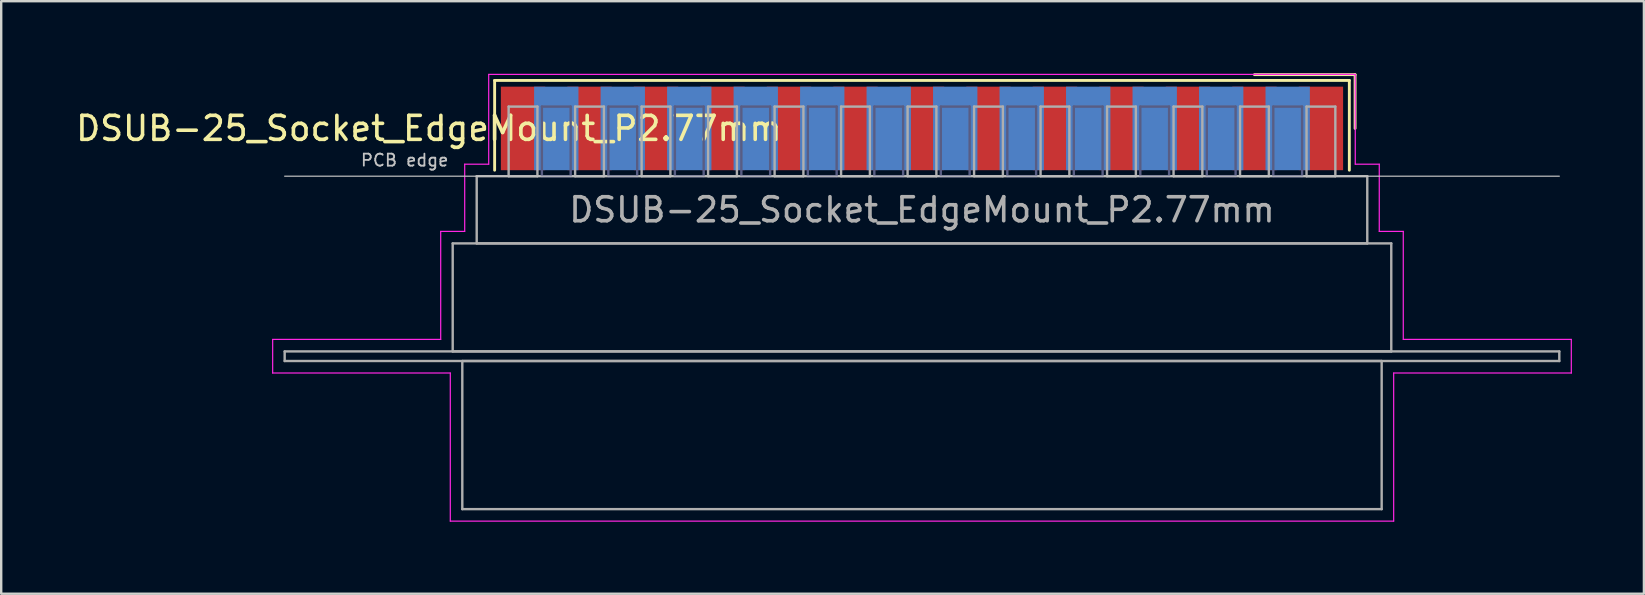
<source format=kicad_pcb>
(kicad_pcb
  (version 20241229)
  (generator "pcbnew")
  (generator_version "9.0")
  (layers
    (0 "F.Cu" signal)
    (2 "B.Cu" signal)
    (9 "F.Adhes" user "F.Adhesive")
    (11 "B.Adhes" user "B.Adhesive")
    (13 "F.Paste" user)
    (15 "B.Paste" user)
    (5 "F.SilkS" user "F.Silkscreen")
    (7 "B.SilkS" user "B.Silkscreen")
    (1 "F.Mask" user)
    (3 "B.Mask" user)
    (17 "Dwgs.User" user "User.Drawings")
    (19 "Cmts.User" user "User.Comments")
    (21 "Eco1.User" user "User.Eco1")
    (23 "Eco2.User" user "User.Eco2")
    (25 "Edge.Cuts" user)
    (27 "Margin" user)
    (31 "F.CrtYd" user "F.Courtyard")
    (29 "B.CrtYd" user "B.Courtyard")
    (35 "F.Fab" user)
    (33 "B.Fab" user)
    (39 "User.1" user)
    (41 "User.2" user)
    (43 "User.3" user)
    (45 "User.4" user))
  (footprint "DSUB-25_Socket_EdgeMount_P2.77mm"
    (layer "F.Cu")
    (at 35.359 2.3)
    (property "Reference" "DSUB-25_Socket_EdgeMount_P2.77mm" (at -20.543 0 0) (layer "F.SilkS") (effects (font (size 1 1) (thickness 0.15))))
    (attr smd)
    (fp_line (start -17.803 -2) (end -17.803 1.74) (stroke (width 0.12) (type solid)) (layer "F.SilkS"))
    (fp_line (start 17.803 -2) (end -17.803 -2) (stroke (width 0.12) (type solid)) (layer "F.SilkS"))
    (fp_line (start 17.803 1.74) (end 17.803 -2) (stroke (width 0.12) (type solid)) (layer "F.SilkS"))
    (fp_line (start 18.043 -2.24) (end 13.85 -2.24) (stroke (width 0.12) (type solid)) (layer "F.SilkS"))
    (fp_line (start 18.043 0) (end 18.043 -2.24) (stroke (width 0.12) (type solid)) (layer "F.SilkS"))
    (fp_line (start -26.55 1.99) (end 26.55 1.99) (stroke (width 0.05) (type solid)) (layer "Dwgs.User"))
    (fp_line (start -27.05 8.79) (end -20.05 8.79) (stroke (width 0.05) (type solid)) (layer "F.CrtYd"))
    (fp_line (start -27.05 10.19) (end -27.05 8.79) (stroke (width 0.05) (type solid)) (layer "F.CrtYd"))
    (fp_line (start -20.05 4.29) (end -19.05 4.29) (stroke (width 0.05) (type solid)) (layer "F.CrtYd"))
    (fp_line (start -20.05 8.79) (end -20.05 4.29) (stroke (width 0.05) (type solid)) (layer "F.CrtYd"))
    (fp_line (start -19.65 10.19) (end -27.05 10.19) (stroke (width 0.05) (type solid)) (layer "F.CrtYd"))
    (fp_line (start -19.65 16.36) (end -19.65 10.19) (stroke (width 0.05) (type solid)) (layer "F.CrtYd"))
    (fp_line (start -19.05 1.49) (end -18.05 1.49) (stroke (width 0.05) (type solid)) (layer "F.CrtYd"))
    (fp_line (start -19.05 4.29) (end -19.05 1.49) (stroke (width 0.05) (type solid)) (layer "F.CrtYd"))
    (fp_line (start -18.05 -2.25) (end 18.05 -2.25) (stroke (width 0.05) (type solid)) (layer "F.CrtYd"))
    (fp_line (start -18.05 1.49) (end -18.05 -2.25) (stroke (width 0.05) (type solid)) (layer "F.CrtYd"))
    (fp_line (start 18.05 -2.25) (end 18.05 1.49) (stroke (width 0.05) (type solid)) (layer "F.CrtYd"))
    (fp_line (start 18.05 1.49) (end 19.05 1.49) (stroke (width 0.05) (type solid)) (layer "F.CrtYd"))
    (fp_line (start 19.05 1.49) (end 19.05 4.29) (stroke (width 0.05) (type solid)) (layer "F.CrtYd"))
    (fp_line (start 19.05 4.29) (end 20.05 4.29) (stroke (width 0.05) (type solid)) (layer "F.CrtYd"))
    (fp_line (start 19.65 10.19) (end 19.65 16.36) (stroke (width 0.05) (type solid)) (layer "F.CrtYd"))
    (fp_line (start 19.65 16.36) (end -19.65 16.36) (stroke (width 0.05) (type solid)) (layer "F.CrtYd"))
    (fp_line (start 20.05 4.29) (end 20.05 8.79) (stroke (width 0.05) (type solid)) (layer "F.CrtYd"))
    (fp_line (start 20.05 8.79) (end 27.05 8.79) (stroke (width 0.05) (type solid)) (layer "F.CrtYd"))
    (fp_line (start 27.05 8.79) (end 27.05 10.19) (stroke (width 0.05) (type solid)) (layer "F.CrtYd"))
    (fp_line (start 27.05 10.19) (end 19.65 10.19) (stroke (width 0.05) (type solid)) (layer "F.CrtYd"))
    (fp_line (start -15.835 -0.91) (end -15.835 1.99) (stroke (width 0.1) (type solid)) (layer "B.Fab"))
    (fp_line (start -15.835 1.99) (end -14.635 1.99) (stroke (width 0.1) (type solid)) (layer "B.Fab"))
    (fp_line (start -14.635 -0.91) (end -15.835 -0.91) (stroke (width 0.1) (type solid)) (layer "B.Fab"))
    (fp_line (start -14.635 1.99) (end -14.635 -0.91) (stroke (width 0.1) (type solid)) (layer "B.Fab"))
    (fp_line (start -13.065 -0.91) (end -13.065 1.99) (stroke (width 0.1) (type solid)) (layer "B.Fab"))
    (fp_line (start -13.065 1.99) (end -11.865 1.99) (stroke (width 0.1) (type solid)) (layer "B.Fab"))
    (fp_line (start -11.865 -0.91) (end -13.065 -0.91) (stroke (width 0.1) (type solid)) (layer "B.Fab"))
    (fp_line (start -11.865 1.99) (end -11.865 -0.91) (stroke (width 0.1) (type solid)) (layer "B.Fab"))
    (fp_line (start -10.295 -0.91) (end -10.295 1.99) (stroke (width 0.1) (type solid)) (layer "B.Fab"))
    (fp_line (start -10.295 1.99) (end -9.095 1.99) (stroke (width 0.1) (type solid)) (layer "B.Fab"))
    (fp_line (start -9.095 -0.91) (end -10.295 -0.91) (stroke (width 0.1) (type solid)) (layer "B.Fab"))
    (fp_line (start -9.095 1.99) (end -9.095 -0.91) (stroke (width 0.1) (type solid)) (layer "B.Fab"))
    (fp_line (start -7.525 -0.91) (end -7.525 1.99) (stroke (width 0.1) (type solid)) (layer "B.Fab"))
    (fp_line (start -7.525 1.99) (end -6.325 1.99) (stroke (width 0.1) (type solid)) (layer "B.Fab"))
    (fp_line (start -6.325 -0.91) (end -7.525 -0.91) (stroke (width 0.1) (type solid)) (layer "B.Fab"))
    (fp_line (start -6.325 1.99) (end -6.325 -0.91) (stroke (width 0.1) (type solid)) (layer "B.Fab"))
    (fp_line (start -4.755 -0.91) (end -4.755 1.99) (stroke (width 0.1) (type solid)) (layer "B.Fab"))
    (fp_line (start -4.755 1.99) (end -3.555 1.99) (stroke (width 0.1) (type solid)) (layer "B.Fab"))
    (fp_line (start -3.555 -0.91) (end -4.755 -0.91) (stroke (width 0.1) (type solid)) (layer "B.Fab"))
    (fp_line (start -3.555 1.99) (end -3.555 -0.91) (stroke (width 0.1) (type solid)) (layer "B.Fab"))
    (fp_line (start -1.985 -0.91) (end -1.985 1.99) (stroke (width 0.1) (type solid)) (layer "B.Fab"))
    (fp_line (start -1.985 1.99) (end -0.785 1.99) (stroke (width 0.1) (type solid)) (layer "B.Fab"))
    (fp_line (start -0.785 -0.91) (end -1.985 -0.91) (stroke (width 0.1) (type solid)) (layer "B.Fab"))
    (fp_line (start -0.785 1.99) (end -0.785 -0.91) (stroke (width 0.1) (type solid)) (layer "B.Fab"))
    (fp_line (start 0.785 -0.91) (end 0.785 1.99) (stroke (width 0.1) (type solid)) (layer "B.Fab"))
    (fp_line (start 0.785 1.99) (end 1.985 1.99) (stroke (width 0.1) (type solid)) (layer "B.Fab"))
    (fp_line (start 1.985 -0.91) (end 0.785 -0.91) (stroke (width 0.1) (type solid)) (layer "B.Fab"))
    (fp_line (start 1.985 1.99) (end 1.985 -0.91) (stroke (width 0.1) (type solid)) (layer "B.Fab"))
    (fp_line (start 3.555 -0.91) (end 3.555 1.99) (stroke (width 0.1) (type solid)) (layer "B.Fab"))
    (fp_line (start 3.555 1.99) (end 4.755 1.99) (stroke (width 0.1) (type solid)) (layer "B.Fab"))
    (fp_line (start 4.755 -0.91) (end 3.555 -0.91) (stroke (width 0.1) (type solid)) (layer "B.Fab"))
    (fp_line (start 4.755 1.99) (end 4.755 -0.91) (stroke (width 0.1) (type solid)) (layer "B.Fab"))
    (fp_line (start 6.325 -0.91) (end 6.325 1.99) (stroke (width 0.1) (type solid)) (layer "B.Fab"))
    (fp_line (start 6.325 1.99) (end 7.525 1.99) (stroke (width 0.1) (type solid)) (layer "B.Fab"))
    (fp_line (start 7.525 -0.91) (end 6.325 -0.91) (stroke (width 0.1) (type solid)) (layer "B.Fab"))
    (fp_line (start 7.525 1.99) (end 7.525 -0.91) (stroke (width 0.1) (type solid)) (layer "B.Fab"))
    (fp_line (start 9.095 -0.91) (end 9.095 1.99) (stroke (width 0.1) (type solid)) (layer "B.Fab"))
    (fp_line (start 9.095 1.99) (end 10.295 1.99) (stroke (width 0.1) (type solid)) (layer "B.Fab"))
    (fp_line (start 10.295 -0.91) (end 9.095 -0.91) (stroke (width 0.1) (type solid)) (layer "B.Fab"))
    (fp_line (start 10.295 1.99) (end 10.295 -0.91) (stroke (width 0.1) (type solid)) (layer "B.Fab"))
    (fp_line (start 11.865 -0.91) (end 11.865 1.99) (stroke (width 0.1) (type solid)) (layer "B.Fab"))
    (fp_line (start 11.865 1.99) (end 13.065 1.99) (stroke (width 0.1) (type solid)) (layer "B.Fab"))
    (fp_line (start 13.065 -0.91) (end 11.865 -0.91) (stroke (width 0.1) (type solid)) (layer "B.Fab"))
    (fp_line (start 13.065 1.99) (end 13.065 -0.91) (stroke (width 0.1) (type solid)) (layer "B.Fab"))
    (fp_line (start 14.635 -0.91) (end 14.635 1.99) (stroke (width 0.1) (type solid)) (layer "B.Fab"))
    (fp_line (start 14.635 1.99) (end 15.835 1.99) (stroke (width 0.1) (type solid)) (layer "B.Fab"))
    (fp_line (start 15.835 -0.91) (end 14.635 -0.91) (stroke (width 0.1) (type solid)) (layer "B.Fab"))
    (fp_line (start 15.835 1.99) (end 15.835 -0.91) (stroke (width 0.1) (type solid)) (layer "B.Fab"))
    (fp_line (start -26.55 9.29) (end -26.55 9.69) (stroke (width 0.1) (type solid)) (layer "F.Fab"))
    (fp_line (start -26.55 9.69) (end 26.55 9.69) (stroke (width 0.1) (type solid)) (layer "F.Fab"))
    (fp_line (start -19.55 4.79) (end -19.55 9.29) (stroke (width 0.1) (type solid)) (layer "F.Fab"))
    (fp_line (start -19.55 9.29) (end 19.55 9.29) (stroke (width 0.1) (type solid)) (layer "F.Fab"))
    (fp_line (start -19.15 9.69) (end -19.15 15.86) (stroke (width 0.1) (type solid)) (layer "F.Fab"))
    (fp_line (start -19.15 15.86) (end 19.15 15.86) (stroke (width 0.1) (type solid)) (layer "F.Fab"))
    (fp_line (start -18.55 1.99) (end -18.55 4.79) (stroke (width 0.1) (type solid)) (layer "F.Fab"))
    (fp_line (start -18.55 4.79) (end 18.55 4.79) (stroke (width 0.1) (type solid)) (layer "F.Fab"))
    (fp_line (start -17.22 -0.91) (end -17.22 1.99) (stroke (width 0.1) (type solid)) (layer "F.Fab"))
    (fp_line (start -17.22 1.99) (end -16.02 1.99) (stroke (width 0.1) (type solid)) (layer "F.Fab"))
    (fp_line (start -16.02 -0.91) (end -17.22 -0.91) (stroke (width 0.1) (type solid)) (layer "F.Fab"))
    (fp_line (start -16.02 1.99) (end -16.02 -0.91) (stroke (width 0.1) (type solid)) (layer "F.Fab"))
    (fp_line (start -14.45 -0.91) (end -14.45 1.99) (stroke (width 0.1) (type solid)) (layer "F.Fab"))
    (fp_line (start -14.45 1.99) (end -13.25 1.99) (stroke (width 0.1) (type solid)) (layer "F.Fab"))
    (fp_line (start -13.25 -0.91) (end -14.45 -0.91) (stroke (width 0.1) (type solid)) (layer "F.Fab"))
    (fp_line (start -13.25 1.99) (end -13.25 -0.91) (stroke (width 0.1) (type solid)) (layer "F.Fab"))
    (fp_line (start -11.68 -0.91) (end -11.68 1.99) (stroke (width 0.1) (type solid)) (layer "F.Fab"))
    (fp_line (start -11.68 1.99) (end -10.48 1.99) (stroke (width 0.1) (type solid)) (layer "F.Fab"))
    (fp_line (start -10.48 -0.91) (end -11.68 -0.91) (stroke (width 0.1) (type solid)) (layer "F.Fab"))
    (fp_line (start -10.48 1.99) (end -10.48 -0.91) (stroke (width 0.1) (type solid)) (layer "F.Fab"))
    (fp_line (start -8.91 -0.91) (end -8.91 1.99) (stroke (width 0.1) (type solid)) (layer "F.Fab"))
    (fp_line (start -8.91 1.99) (end -7.71 1.99) (stroke (width 0.1) (type solid)) (layer "F.Fab"))
    (fp_line (start -7.71 -0.91) (end -8.91 -0.91) (stroke (width 0.1) (type solid)) (layer "F.Fab"))
    (fp_line (start -7.71 1.99) (end -7.71 -0.91) (stroke (width 0.1) (type solid)) (layer "F.Fab"))
    (fp_line (start -6.14 -0.91) (end -6.14 1.99) (stroke (width 0.1) (type solid)) (layer "F.Fab"))
    (fp_line (start -6.14 1.99) (end -4.94 1.99) (stroke (width 0.1) (type solid)) (layer "F.Fab"))
    (fp_line (start -4.94 -0.91) (end -6.14 -0.91) (stroke (width 0.1) (type solid)) (layer "F.Fab"))
    (fp_line (start -4.94 1.99) (end -4.94 -0.91) (stroke (width 0.1) (type solid)) (layer "F.Fab"))
    (fp_line (start -3.37 -0.91) (end -3.37 1.99) (stroke (width 0.1) (type solid)) (layer "F.Fab"))
    (fp_line (start -3.37 1.99) (end -2.17 1.99) (stroke (width 0.1) (type solid)) (layer "F.Fab"))
    (fp_line (start -2.17 -0.91) (end -3.37 -0.91) (stroke (width 0.1) (type solid)) (layer "F.Fab"))
    (fp_line (start -2.17 1.99) (end -2.17 -0.91) (stroke (width 0.1) (type solid)) (layer "F.Fab"))
    (fp_line (start -0.6 -0.91) (end -0.6 1.99) (stroke (width 0.1) (type solid)) (layer "F.Fab"))
    (fp_line (start -0.6 1.99) (end 0.6 1.99) (stroke (width 0.1) (type solid)) (layer "F.Fab"))
    (fp_line (start 0.6 -0.91) (end -0.6 -0.91) (stroke (width 0.1) (type solid)) (layer "F.Fab"))
    (fp_line (start 0.6 1.99) (end 0.6 -0.91) (stroke (width 0.1) (type solid)) (layer "F.Fab"))
    (fp_line (start 2.17 -0.91) (end 2.17 1.99) (stroke (width 0.1) (type solid)) (layer "F.Fab"))
    (fp_line (start 2.17 1.99) (end 3.37 1.99) (stroke (width 0.1) (type solid)) (layer "F.Fab"))
    (fp_line (start 3.37 -0.91) (end 2.17 -0.91) (stroke (width 0.1) (type solid)) (layer "F.Fab"))
    (fp_line (start 3.37 1.99) (end 3.37 -0.91) (stroke (width 0.1) (type solid)) (layer "F.Fab"))
    (fp_line (start 4.94 -0.91) (end 4.94 1.99) (stroke (width 0.1) (type solid)) (layer "F.Fab"))
    (fp_line (start 4.94 1.99) (end 6.14 1.99) (stroke (width 0.1) (type solid)) (layer "F.Fab"))
    (fp_line (start 6.14 -0.91) (end 4.94 -0.91) (stroke (width 0.1) (type solid)) (layer "F.Fab"))
    (fp_line (start 6.14 1.99) (end 6.14 -0.91) (stroke (width 0.1) (type solid)) (layer "F.Fab"))
    (fp_line (start 7.71 -0.91) (end 7.71 1.99) (stroke (width 0.1) (type solid)) (layer "F.Fab"))
    (fp_line (start 7.71 1.99) (end 8.91 1.99) (stroke (width 0.1) (type solid)) (layer "F.Fab"))
    (fp_line (start 8.91 -0.91) (end 7.71 -0.91) (stroke (width 0.1) (type solid)) (layer "F.Fab"))
    (fp_line (start 8.91 1.99) (end 8.91 -0.91) (stroke (width 0.1) (type solid)) (layer "F.Fab"))
    (fp_line (start 10.48 -0.91) (end 10.48 1.99) (stroke (width 0.1) (type solid)) (layer "F.Fab"))
    (fp_line (start 10.48 1.99) (end 11.68 1.99) (stroke (width 0.1) (type solid)) (layer "F.Fab"))
    (fp_line (start 11.68 -0.91) (end 10.48 -0.91) (stroke (width 0.1) (type solid)) (layer "F.Fab"))
    (fp_line (start 11.68 1.99) (end 11.68 -0.91) (stroke (width 0.1) (type solid)) (layer "F.Fab"))
    (fp_line (start 13.25 -0.91) (end 13.25 1.99) (stroke (width 0.1) (type solid)) (layer "F.Fab"))
    (fp_line (start 13.25 1.99) (end 14.45 1.99) (stroke (width 0.1) (type solid)) (layer "F.Fab"))
    (fp_line (start 14.45 -0.91) (end 13.25 -0.91) (stroke (width 0.1) (type solid)) (layer "F.Fab"))
    (fp_line (start 14.45 1.99) (end 14.45 -0.91) (stroke (width 0.1) (type solid)) (layer "F.Fab"))
    (fp_line (start 16.02 -0.91) (end 16.02 1.99) (stroke (width 0.1) (type solid)) (layer "F.Fab"))
    (fp_line (start 16.02 1.99) (end 17.22 1.99) (stroke (width 0.1) (type solid)) (layer "F.Fab"))
    (fp_line (start 17.22 -0.91) (end 16.02 -0.91) (stroke (width 0.1) (type solid)) (layer "F.Fab"))
    (fp_line (start 17.22 1.99) (end 17.22 -0.91) (stroke (width 0.1) (type solid)) (layer "F.Fab"))
    (fp_line (start 18.55 1.99) (end -18.55 1.99) (stroke (width 0.1) (type solid)) (layer "F.Fab"))
    (fp_line (start 18.55 4.79) (end 18.55 1.99) (stroke (width 0.1) (type solid)) (layer "F.Fab"))
    (fp_line (start 19.15 9.69) (end -19.15 9.69) (stroke (width 0.1) (type solid)) (layer "F.Fab"))
    (fp_line (start 19.15 15.86) (end 19.15 9.69) (stroke (width 0.1) (type solid)) (layer "F.Fab"))
    (fp_line (start 19.55 4.79) (end -19.55 4.79) (stroke (width 0.1) (type solid)) (layer "F.Fab"))
    (fp_line (start 19.55 9.29) (end 19.55 4.79) (stroke (width 0.1) (type solid)) (layer "F.Fab"))
    (fp_line (start 26.55 9.29) (end -26.55 9.29) (stroke (width 0.1) (type solid)) (layer "F.Fab"))
    (fp_line (start 26.55 9.69) (end 26.55 9.29) (stroke (width 0.1) (type solid)) (layer "F.Fab"))
    (fp_text user "PCB edge" (at -21.55 1.323 0) (layer "Dwgs.User") (effects (font (size 0.5 0.5) (thickness 0.075))))
    (fp_text user "${REFERENCE}" (at 0 3.39 0) (layer "F.Fab") (effects (font (size 1 1) (thickness 0.15))))
    (pad "1" smd rect (at 16.62 0) (size 1.847 3.48) (layers "F.Cu" "F.Mask" "F.Paste"))
    (pad "2" smd rect (at 13.85 0) (size 1.847 3.48) (layers "F.Cu" "F.Mask" "F.Paste"))
    (pad "3" smd rect (at 11.08 0) (size 1.847 3.48) (layers "F.Cu" "F.Mask" "F.Paste"))
    (pad "4" smd rect (at 8.31 0) (size 1.847 3.48) (layers "F.Cu" "F.Mask" "F.Paste"))
    (pad "5" smd rect (at 5.54 0) (size 1.847 3.48) (layers "F.Cu" "F.Mask" "F.Paste"))
    (pad "6" smd rect (at 2.77 0) (size 1.847 3.48) (layers "F.Cu" "F.Mask" "F.Paste"))
    (pad "7" smd rect (at 0 0) (size 1.847 3.48) (layers "F.Cu" "F.Mask" "F.Paste"))
    (pad "8" smd rect (at -2.77 0) (size 1.847 3.48) (layers "F.Cu" "F.Mask" "F.Paste"))
    (pad "9" smd rect (at -5.54 0) (size 1.847 3.48) (layers "F.Cu" "F.Mask" "F.Paste"))
    (pad "10" smd rect (at -8.31 0) (size 1.847 3.48) (layers "F.Cu" "F.Mask" "F.Paste"))
    (pad "11" smd rect (at -11.08 0) (size 1.847 3.48) (layers "F.Cu" "F.Mask" "F.Paste"))
    (pad "12" smd rect (at -13.85 0) (size 1.847 3.48) (layers "F.Cu" "F.Mask" "F.Paste"))
    (pad "13" smd rect (at -16.62 0) (size 1.847 3.48) (layers "F.Cu" "F.Mask" "F.Paste"))
    (pad "14" smd rect (at 15.235 0) (size 1.847 3.48) (layers "B.Cu" "B.Mask" "B.Paste"))
    (pad "15" smd rect (at 12.465 0) (size 1.847 3.48) (layers "B.Cu" "B.Mask" "B.Paste"))
    (pad "16" smd rect (at 9.695 0) (size 1.847 3.48) (layers "B.Cu" "B.Mask" "B.Paste"))
    (pad "17" smd rect (at 6.925 0) (size 1.847 3.48) (layers "B.Cu" "B.Mask" "B.Paste"))
    (pad "18" smd rect (at 4.155 0) (size 1.847 3.48) (layers "B.Cu" "B.Mask" "B.Paste"))
    (pad "19" smd rect (at 1.385 0) (size 1.847 3.48) (layers "B.Cu" "B.Mask" "B.Paste"))
    (pad "20" smd rect (at -1.385 0) (size 1.847 3.48) (layers "B.Cu" "B.Mask" "B.Paste"))
    (pad "21" smd rect (at -4.155 0) (size 1.847 3.48) (layers "B.Cu" "B.Mask" "B.Paste"))
    (pad "22" smd rect (at -6.925 0) (size 1.847 3.48) (layers "B.Cu" "B.Mask" "B.Paste"))
    (pad "23" smd rect (at -9.695 0) (size 1.847 3.48) (layers "B.Cu" "B.Mask" "B.Paste"))
    (pad "24" smd rect (at -12.465 0) (size 1.847 3.48) (layers "B.Cu" "B.Mask" "B.Paste"))
    (pad "25" smd rect (at -15.235 0) (size 1.847 3.48) (layers "B.Cu" "B.Mask" "B.Paste")))
  (gr_rect
    (start -3 -3)
    (end 65.434 21.685)
    (stroke (width 0.1) (type default))
    (fill no)
    (layer "Edge.Cuts")))
</source>
